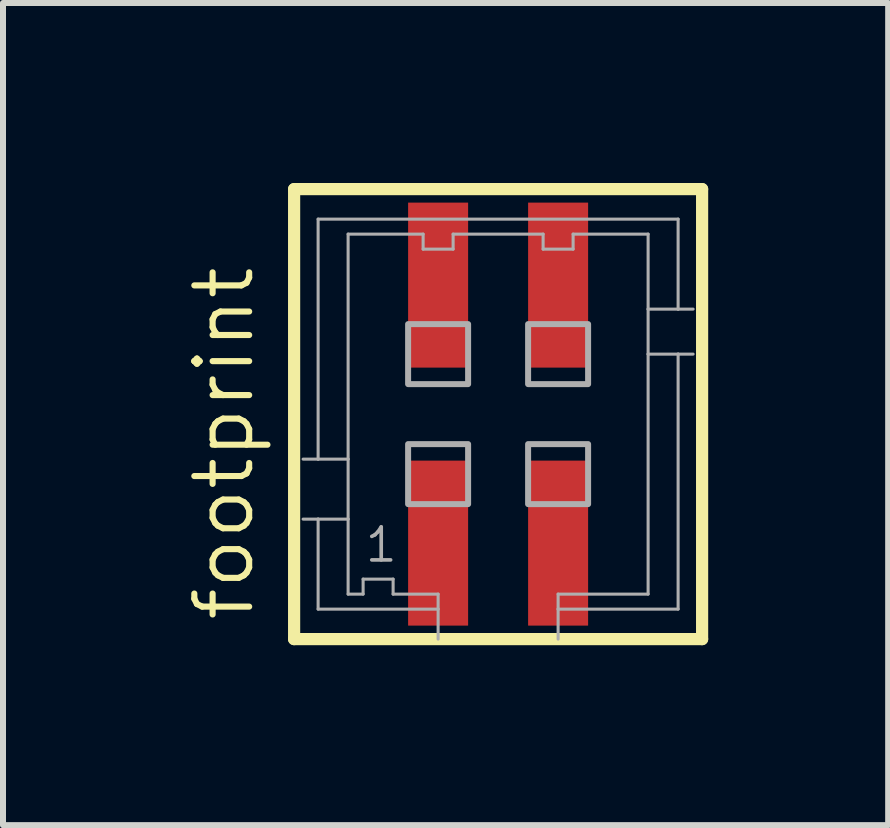
<source format=kicad_pcb>
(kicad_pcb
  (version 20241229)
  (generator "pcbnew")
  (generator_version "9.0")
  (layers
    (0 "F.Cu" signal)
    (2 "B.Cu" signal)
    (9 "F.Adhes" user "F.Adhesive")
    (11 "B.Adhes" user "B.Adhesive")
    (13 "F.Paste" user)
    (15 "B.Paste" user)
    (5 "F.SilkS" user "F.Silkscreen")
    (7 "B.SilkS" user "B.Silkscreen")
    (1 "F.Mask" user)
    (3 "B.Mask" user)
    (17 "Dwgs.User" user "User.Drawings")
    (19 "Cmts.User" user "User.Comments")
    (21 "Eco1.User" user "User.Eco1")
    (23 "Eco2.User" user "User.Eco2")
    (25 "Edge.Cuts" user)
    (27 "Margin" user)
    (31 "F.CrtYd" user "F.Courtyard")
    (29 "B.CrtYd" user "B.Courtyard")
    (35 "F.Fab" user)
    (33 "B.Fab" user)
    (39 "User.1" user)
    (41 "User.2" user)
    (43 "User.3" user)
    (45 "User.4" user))
  (footprint "footprint"
    (layer "F.Cu")
    (at 5.252 3.852)
    (property "Reference" "footprint" (at -4.032 3.493 90) (layer "F.SilkS") (effects (font (size 0.914 0.914) (thickness 0.102)) (justify left bottom)))
    (fp_line (start -3.4 -3.75) (end 3.4 -3.75) (stroke (width 0.203) (type solid)) (layer "F.SilkS"))
    (fp_line (start -3.4 3.75) (end -3.4 -3.75) (stroke (width 0.203) (type solid)) (layer "F.SilkS"))
    (fp_line (start 3.4 -3.75) (end 3.4 3.75) (stroke (width 0.203) (type solid)) (layer "F.SilkS"))
    (fp_line (start 3.4 3.75) (end -3.4 3.75) (stroke (width 0.203) (type solid)) (layer "F.SilkS"))
    (fp_line (start -3 -3.25) (end 3 -3.25) (stroke (width 0.051) (type solid)) (layer "F.Fab"))
    (fp_line (start -3 0.75) (end -3.25 0.75) (stroke (width 0.051) (type solid)) (layer "F.Fab"))
    (fp_line (start -3 0.75) (end -3 -3.25) (stroke (width 0.051) (type solid)) (layer "F.Fab"))
    (fp_line (start -3 1.75) (end -3.25 1.75) (stroke (width 0.051) (type solid)) (layer "F.Fab"))
    (fp_line (start -3 3.25) (end -3 1.75) (stroke (width 0.051) (type solid)) (layer "F.Fab"))
    (fp_line (start -2.5 -3) (end -2.5 0.75) (stroke (width 0.051) (type solid)) (layer "F.Fab"))
    (fp_line (start -2.5 0.75) (end -3 0.75) (stroke (width 0.051) (type solid)) (layer "F.Fab"))
    (fp_line (start -2.5 0.75) (end -2.5 1.75) (stroke (width 0.051) (type solid)) (layer "F.Fab"))
    (fp_line (start -2.5 1.75) (end -3 1.75) (stroke (width 0.051) (type solid)) (layer "F.Fab"))
    (fp_line (start -2.5 1.75) (end -2.5 3) (stroke (width 0.051) (type solid)) (layer "F.Fab"))
    (fp_line (start -2.5 3) (end -2.25 3) (stroke (width 0.051) (type solid)) (layer "F.Fab"))
    (fp_line (start -2.25 2.75) (end -1.75 2.75) (stroke (width 0.051) (type solid)) (layer "F.Fab"))
    (fp_line (start -2.25 3) (end -2.25 2.75) (stroke (width 0.051) (type solid)) (layer "F.Fab"))
    (fp_line (start -1.75 2.75) (end -1.75 3) (stroke (width 0.051) (type solid)) (layer "F.Fab"))
    (fp_line (start -1.75 3) (end -1 3) (stroke (width 0.051) (type solid)) (layer "F.Fab"))
    (fp_line (start -1.25 -3) (end -2.5 -3) (stroke (width 0.051) (type solid)) (layer "F.Fab"))
    (fp_line (start -1.25 -2.75) (end -1.25 -3) (stroke (width 0.051) (type solid)) (layer "F.Fab"))
    (fp_line (start -1 3) (end -1 3.25) (stroke (width 0.051) (type solid)) (layer "F.Fab"))
    (fp_line (start -1 3.25) (end -3 3.25) (stroke (width 0.051) (type solid)) (layer "F.Fab"))
    (fp_line (start -1 3.25) (end -1 3.75) (stroke (width 0.051) (type solid)) (layer "F.Fab"))
    (fp_line (start -0.75 -3) (end -0.75 -2.75) (stroke (width 0.051) (type solid)) (layer "F.Fab"))
    (fp_line (start -0.75 -2.75) (end -1.25 -2.75) (stroke (width 0.051) (type solid)) (layer "F.Fab"))
    (fp_line (start 0.75 -3) (end -0.75 -3) (stroke (width 0.051) (type solid)) (layer "F.Fab"))
    (fp_line (start 0.75 -2.75) (end 0.75 -3) (stroke (width 0.051) (type solid)) (layer "F.Fab"))
    (fp_line (start 1 3) (end 2.5 3) (stroke (width 0.051) (type solid)) (layer "F.Fab"))
    (fp_line (start 1 3.25) (end 1 3) (stroke (width 0.051) (type solid)) (layer "F.Fab"))
    (fp_line (start 1 3.75) (end 1 3.25) (stroke (width 0.051) (type solid)) (layer "F.Fab"))
    (fp_line (start 1.25 -3) (end 1.25 -2.75) (stroke (width 0.051) (type solid)) (layer "F.Fab"))
    (fp_line (start 1.25 -2.75) (end 0.75 -2.75) (stroke (width 0.051) (type solid)) (layer "F.Fab"))
    (fp_line (start 2.5 -3) (end 1.25 -3) (stroke (width 0.051) (type solid)) (layer "F.Fab"))
    (fp_line (start 2.5 -1.75) (end 2.5 -3) (stroke (width 0.051) (type solid)) (layer "F.Fab"))
    (fp_line (start 2.5 -1.75) (end 3 -1.75) (stroke (width 0.051) (type solid)) (layer "F.Fab"))
    (fp_line (start 2.5 -1) (end 2.5 -1.75) (stroke (width 0.051) (type solid)) (layer "F.Fab"))
    (fp_line (start 2.5 -1) (end 3 -1) (stroke (width 0.051) (type solid)) (layer "F.Fab"))
    (fp_line (start 2.5 3) (end 2.5 -1) (stroke (width 0.051) (type solid)) (layer "F.Fab"))
    (fp_line (start 3 -3.25) (end 3 -1.75) (stroke (width 0.051) (type solid)) (layer "F.Fab"))
    (fp_line (start 3 -1.75) (end 3.25 -1.75) (stroke (width 0.051) (type solid)) (layer "F.Fab"))
    (fp_line (start 3 -1) (end 3 3.25) (stroke (width 0.051) (type solid)) (layer "F.Fab"))
    (fp_line (start 3 -1) (end 3.25 -1) (stroke (width 0.051) (type solid)) (layer "F.Fab"))
    (fp_line (start 3 3.25) (end 1 3.25) (stroke (width 0.051) (type solid)) (layer "F.Fab"))
    (fp_poly (pts (xy -1.5 -0.5) (xy -0.5 -0.5) (xy -0.5 -1.5) (xy -1.5 -1.5)) (stroke (width 0.1) (type solid)) (fill no) (layer "F.Fab"))
    (fp_poly (pts (xy -1.5 1.5) (xy -0.5 1.5) (xy -0.5 0.5) (xy -1.5 0.5)) (stroke (width 0.1) (type solid)) (fill no) (layer "F.Fab"))
    (fp_poly (pts (xy 0.5 -0.5) (xy 1.5 -0.5) (xy 1.5 -1.5) (xy 0.5 -1.5)) (stroke (width 0.1) (type solid)) (fill no) (layer "F.Fab"))
    (fp_poly (pts (xy 0.5 1.5) (xy 1.5 1.5) (xy 1.5 0.5) (xy 0.5 0.5)) (stroke (width 0.1) (type solid)) (fill no) (layer "F.Fab"))
    (fp_text user "1" (at -2.25 2.5 0) (layer "F.Fab") (effects (font (size 0.549 0.549) (thickness 0.061)) (justify left bottom)))
    (pad "1" smd rect (at -1 2.15) (size 1 2.75) (layers "F.Cu" "F.Mask" "F.Paste"))
    (pad "2" smd rect (at -1 -2.15) (size 1 2.75) (layers "F.Cu" "F.Mask" "F.Paste"))
    (pad "3" smd rect (at 1 2.15) (size 1 2.75) (layers "F.Cu" "F.Mask" "F.Paste"))
    (pad "4" smd rect (at 1 -2.15) (size 1 2.75) (layers "F.Cu" "F.Mask" "F.Paste")))
  (gr_rect
    (start -3 -3)
    (end 11.753 10.703)
    (stroke (width 0.1) (type default))
    (fill no)
    (layer "Edge.Cuts")))
</source>
